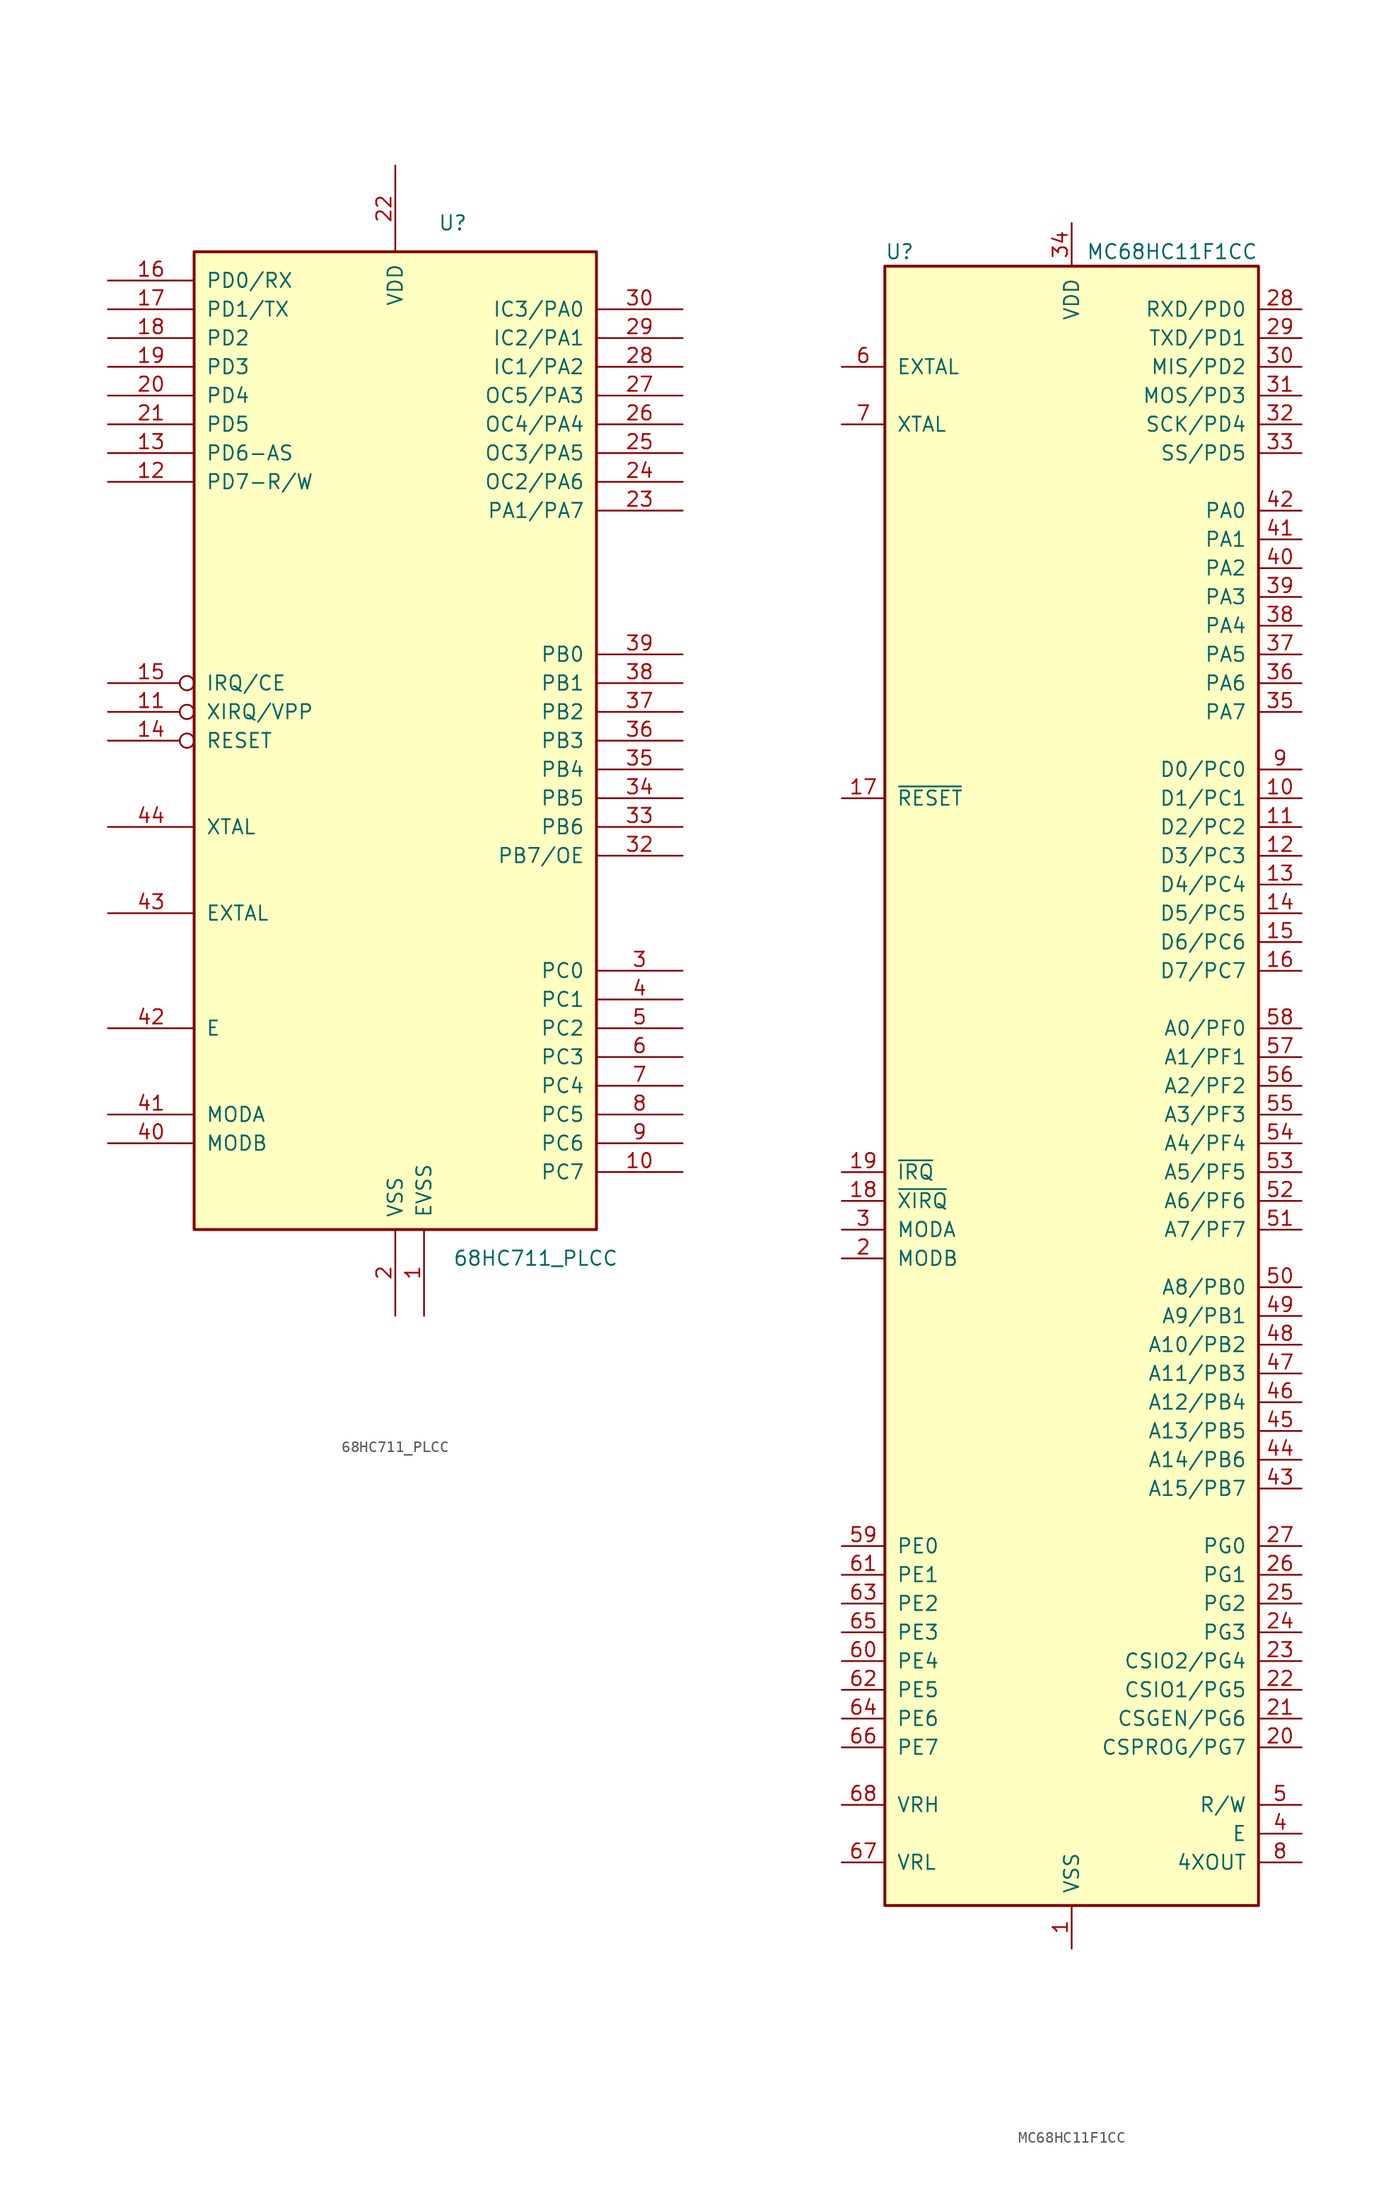
<source format=kicad_sym>
(kicad_symbol_lib
  (version 20231120)
  (generator "kicad_symbol_editor")
  (generator_version "8.0")
  (symbol "68HC711_PLCC"
    (pin_names
      (offset 1.016))
    (property "Reference" "U"
      (at 5.08 45.72 0)
      (effects (font (size 1.27 1.27))))
    (property "Value" "68HC711_PLCC"
      (at 5.08 -45.72 0)
      (effects (font (size 1.27 1.27)) (justify left)))
    (symbol "68HC711_PLCC_0_1"
      (rectangle (start -17.78 -43.18) (end 17.78 43.18) (stroke (width 0.254) (type default)) (fill (type background))))
    (symbol "68HC711_PLCC_1_1"
      (pin power_in line (at 2.54 -50.8 90) (length 7.62) (name "EVSS" (effects (font (size 1.27 1.27)))) (number "1" (effects (font (size 1.27 1.27)))))
      (pin input line (at 25.4 -38.1 180) (length 7.62) (name "PC7" (effects (font (size 1.27 1.27)))) (number "10" (effects (font (size 1.27 1.27)))))
      (pin input inverted (at -25.4 2.54 0) (length 7.62) (name "XIRQ/VPP" (effects (font (size 1.27 1.27)))) (number "11" (effects (font (size 1.27 1.27)))))
      (pin output line (at -25.4 22.86 0) (length 7.62) (name "PD7-R/W" (effects (font (size 1.27 1.27)))) (number "12" (effects (font (size 1.27 1.27)))))
      (pin input line (at -25.4 25.4 0) (length 7.62) (name "PD6-AS" (effects (font (size 1.27 1.27)))) (number "13" (effects (font (size 1.27 1.27)))))
      (pin input inverted (at -25.4 0 0) (length 7.62) (name "RESET" (effects (font (size 1.27 1.27)))) (number "14" (effects (font (size 1.27 1.27)))))
      (pin input inverted (at -25.4 5.08 0) (length 7.62) (name "IRQ/CE" (effects (font (size 1.27 1.27)))) (number "15" (effects (font (size 1.27 1.27)))))
      (pin input line (at -25.4 40.64 0) (length 7.62) (name "PD0/RX" (effects (font (size 1.27 1.27)))) (number "16" (effects (font (size 1.27 1.27)))))
      (pin input line (at -25.4 38.1 0) (length 7.62) (name "PD1/TX" (effects (font (size 1.27 1.27)))) (number "17" (effects (font (size 1.27 1.27)))))
      (pin input line (at -25.4 35.56 0) (length 7.62) (name "PD2" (effects (font (size 1.27 1.27)))) (number "18" (effects (font (size 1.27 1.27)))))
      (pin input line (at -25.4 33.02 0) (length 7.62) (name "PD3" (effects (font (size 1.27 1.27)))) (number "19" (effects (font (size 1.27 1.27)))))
      (pin power_in line (at 0 -50.8 90) (length 7.62) (name "VSS" (effects (font (size 1.27 1.27)))) (number "2" (effects (font (size 1.27 1.27)))))
      (pin input line (at -25.4 30.48 0) (length 7.62) (name "PD4" (effects (font (size 1.27 1.27)))) (number "20" (effects (font (size 1.27 1.27)))))
      (pin input line (at -25.4 27.94 0) (length 7.62) (name "PD5" (effects (font (size 1.27 1.27)))) (number "21" (effects (font (size 1.27 1.27)))))
      (pin power_in line (at 0 50.8 270) (length 7.62) (name "VDD" (effects (font (size 1.27 1.27)))) (number "22" (effects (font (size 1.27 1.27)))))
      (pin input line (at 25.4 20.32 180) (length 7.62) (name "PA1/PA7" (effects (font (size 1.27 1.27)))) (number "23" (effects (font (size 1.27 1.27)))))
      (pin output line (at 25.4 22.86 180) (length 7.62) (name "OC2/PA6" (effects (font (size 1.27 1.27)))) (number "24" (effects (font (size 1.27 1.27)))))
      (pin output line (at 25.4 25.4 180) (length 7.62) (name "OC3/PA5" (effects (font (size 1.27 1.27)))) (number "25" (effects (font (size 1.27 1.27)))))
      (pin output line (at 25.4 27.94 180) (length 7.62) (name "OC4/PA4" (effects (font (size 1.27 1.27)))) (number "26" (effects (font (size 1.27 1.27)))))
      (pin output line (at 25.4 30.48 180) (length 7.62) (name "OC5/PA3" (effects (font (size 1.27 1.27)))) (number "27" (effects (font (size 1.27 1.27)))))
      (pin input line (at 25.4 33.02 180) (length 7.62) (name "IC1/PA2" (effects (font (size 1.27 1.27)))) (number "28" (effects (font (size 1.27 1.27)))))
      (pin input line (at 25.4 35.56 180) (length 7.62) (name "IC2/PA1" (effects (font (size 1.27 1.27)))) (number "29" (effects (font (size 1.27 1.27)))))
      (pin input line (at 25.4 -20.32 180) (length 7.62) (name "PC0" (effects (font (size 1.27 1.27)))) (number "3" (effects (font (size 1.27 1.27)))))
      (pin input line (at 25.4 38.1 180) (length 7.62) (name "IC3/PA0" (effects (font (size 1.27 1.27)))) (number "30" (effects (font (size 1.27 1.27)))))
      (pin output line (at 25.4 -10.16 180) (length 7.62) (name "PB7/OE" (effects (font (size 1.27 1.27)))) (number "32" (effects (font (size 1.27 1.27)))))
      (pin output line (at 25.4 -7.62 180) (length 7.62) (name "PB6" (effects (font (size 1.27 1.27)))) (number "33" (effects (font (size 1.27 1.27)))))
      (pin output line (at 25.4 -5.08 180) (length 7.62) (name "PB5" (effects (font (size 1.27 1.27)))) (number "34" (effects (font (size 1.27 1.27)))))
      (pin output line (at 25.4 -2.54 180) (length 7.62) (name "PB4" (effects (font (size 1.27 1.27)))) (number "35" (effects (font (size 1.27 1.27)))))
      (pin output line (at 25.4 0 180) (length 7.62) (name "PB3" (effects (font (size 1.27 1.27)))) (number "36" (effects (font (size 1.27 1.27)))))
      (pin output line (at 25.4 2.54 180) (length 7.62) (name "PB2" (effects (font (size 1.27 1.27)))) (number "37" (effects (font (size 1.27 1.27)))))
      (pin output line (at 25.4 5.08 180) (length 7.62) (name "PB1" (effects (font (size 1.27 1.27)))) (number "38" (effects (font (size 1.27 1.27)))))
      (pin output line (at 25.4 7.62 180) (length 7.62) (name "PB0" (effects (font (size 1.27 1.27)))) (number "39" (effects (font (size 1.27 1.27)))))
      (pin input line (at 25.4 -22.86 180) (length 7.62) (name "PC1" (effects (font (size 1.27 1.27)))) (number "4" (effects (font (size 1.27 1.27)))))
      (pin input line (at -25.4 -35.56 0) (length 7.62) (name "MODB" (effects (font (size 1.27 1.27)))) (number "40" (effects (font (size 1.27 1.27)))))
      (pin input line (at -25.4 -33.02 0) (length 7.62) (name "MODA" (effects (font (size 1.27 1.27)))) (number "41" (effects (font (size 1.27 1.27)))))
      (pin output line (at -25.4 -25.4 0) (length 7.62) (name "E" (effects (font (size 1.27 1.27)))) (number "42" (effects (font (size 1.27 1.27)))))
      (pin input line (at -25.4 -15.24 0) (length 7.62) (name "EXTAL" (effects (font (size 1.27 1.27)))) (number "43" (effects (font (size 1.27 1.27)))))
      (pin output line (at -25.4 -7.62 0) (length 7.62) (name "XTAL" (effects (font (size 1.27 1.27)))) (number "44" (effects (font (size 1.27 1.27)))))
      (pin input line (at 25.4 -25.4 180) (length 7.62) (name "PC2" (effects (font (size 1.27 1.27)))) (number "5" (effects (font (size 1.27 1.27)))))
      (pin input line (at 25.4 -27.94 180) (length 7.62) (name "PC3" (effects (font (size 1.27 1.27)))) (number "6" (effects (font (size 1.27 1.27)))))
      (pin input line (at 25.4 -30.48 180) (length 7.62) (name "PC4" (effects (font (size 1.27 1.27)))) (number "7" (effects (font (size 1.27 1.27)))))
      (pin input line (at 25.4 -33.02 180) (length 7.62) (name "PC5" (effects (font (size 1.27 1.27)))) (number "8" (effects (font (size 1.27 1.27)))))
      (pin input line (at 25.4 -35.56 180) (length 7.62) (name "PC6" (effects (font (size 1.27 1.27)))) (number "9" (effects (font (size 1.27 1.27)))))))
  (symbol "MC68HC11F1CC"
    (pin_names
      (offset 1.016))
    (property "Reference" "U"
      (at -16.51 71.12 0)
      (effects (font (size 1.27 1.27)) (justify left)))
    (property "Value" "MC68HC11F1CC"
      (at 1.27 71.12 0)
      (effects (font (size 1.27 1.27)) (justify left)))
    (symbol "MC68HC11F1CC_0_1"
      (rectangle (start -16.51 69.85) (end 16.51 -74.93) (stroke (width 0.254) (type default)) (fill (type background))))
    (symbol "MC68HC11F1CC_1_1"
      (pin power_in line (at 0 -78.74 90) (length 3.81) (name "VSS" (effects (font (size 1.27 1.27)))) (number "1" (effects (font (size 1.27 1.27)))))
      (pin bidirectional line (at 20.32 22.86 180) (length 3.81) (name "D1/PC1" (effects (font (size 1.27 1.27)))) (number "10" (effects (font (size 1.27 1.27)))))
      (pin bidirectional line (at 20.32 20.32 180) (length 3.81) (name "D2/PC2" (effects (font (size 1.27 1.27)))) (number "11" (effects (font (size 1.27 1.27)))))
      (pin bidirectional line (at 20.32 17.78 180) (length 3.81) (name "D3/PC3" (effects (font (size 1.27 1.27)))) (number "12" (effects (font (size 1.27 1.27)))))
      (pin bidirectional line (at 20.32 15.24 180) (length 3.81) (name "D4/PC4" (effects (font (size 1.27 1.27)))) (number "13" (effects (font (size 1.27 1.27)))))
      (pin bidirectional line (at 20.32 12.7 180) (length 3.81) (name "D5/PC5" (effects (font (size 1.27 1.27)))) (number "14" (effects (font (size 1.27 1.27)))))
      (pin bidirectional line (at 20.32 10.16 180) (length 3.81) (name "D6/PC6" (effects (font (size 1.27 1.27)))) (number "15" (effects (font (size 1.27 1.27)))))
      (pin bidirectional line (at 20.32 7.62 180) (length 3.81) (name "D7/PC7" (effects (font (size 1.27 1.27)))) (number "16" (effects (font (size 1.27 1.27)))))
      (pin input line (at -20.32 22.86 0) (length 3.81) (name "~{RESET}" (effects (font (size 1.27 1.27)))) (number "17" (effects (font (size 1.27 1.27)))))
      (pin input line (at -20.32 -12.7 0) (length 3.81) (name "~{XIRQ}" (effects (font (size 1.27 1.27)))) (number "18" (effects (font (size 1.27 1.27)))))
      (pin input line (at -20.32 -10.16 0) (length 3.81) (name "~{IRQ}" (effects (font (size 1.27 1.27)))) (number "19" (effects (font (size 1.27 1.27)))))
      (pin input line (at -20.32 -17.78 0) (length 3.81) (name "MODB" (effects (font (size 1.27 1.27)))) (number "2" (effects (font (size 1.27 1.27)))))
      (pin bidirectional line (at 20.32 -60.96 180) (length 3.81) (name "CSPROG/PG7" (effects (font (size 1.27 1.27)))) (number "20" (effects (font (size 1.27 1.27)))))
      (pin bidirectional line (at 20.32 -58.42 180) (length 3.81) (name "CSGEN/PG6" (effects (font (size 1.27 1.27)))) (number "21" (effects (font (size 1.27 1.27)))))
      (pin bidirectional line (at 20.32 -55.88 180) (length 3.81) (name "CSIO1/PG5" (effects (font (size 1.27 1.27)))) (number "22" (effects (font (size 1.27 1.27)))))
      (pin bidirectional line (at 20.32 -53.34 180) (length 3.81) (name "CSIO2/PG4" (effects (font (size 1.27 1.27)))) (number "23" (effects (font (size 1.27 1.27)))))
      (pin bidirectional line (at 20.32 -50.8 180) (length 3.81) (name "PG3" (effects (font (size 1.27 1.27)))) (number "24" (effects (font (size 1.27 1.27)))))
      (pin bidirectional line (at 20.32 -48.26 180) (length 3.81) (name "PG2" (effects (font (size 1.27 1.27)))) (number "25" (effects (font (size 1.27 1.27)))))
      (pin bidirectional line (at 20.32 -45.72 180) (length 3.81) (name "PG1" (effects (font (size 1.27 1.27)))) (number "26" (effects (font (size 1.27 1.27)))))
      (pin bidirectional line (at 20.32 -43.18 180) (length 3.81) (name "PG0" (effects (font (size 1.27 1.27)))) (number "27" (effects (font (size 1.27 1.27)))))
      (pin bidirectional line (at 20.32 66.04 180) (length 3.81) (name "RXD/PD0" (effects (font (size 1.27 1.27)))) (number "28" (effects (font (size 1.27 1.27)))))
      (pin bidirectional line (at 20.32 63.5 180) (length 3.81) (name "TXD/PD1" (effects (font (size 1.27 1.27)))) (number "29" (effects (font (size 1.27 1.27)))))
      (pin bidirectional line (at -20.32 -15.24 0) (length 3.81) (name "MODA" (effects (font (size 1.27 1.27)))) (number "3" (effects (font (size 1.27 1.27)))))
      (pin bidirectional line (at 20.32 60.96 180) (length 3.81) (name "MIS/PD2" (effects (font (size 1.27 1.27)))) (number "30" (effects (font (size 1.27 1.27)))))
      (pin bidirectional line (at 20.32 58.42 180) (length 3.81) (name "MOS/PD3" (effects (font (size 1.27 1.27)))) (number "31" (effects (font (size 1.27 1.27)))))
      (pin bidirectional line (at 20.32 55.88 180) (length 3.81) (name "SCK/PD4" (effects (font (size 1.27 1.27)))) (number "32" (effects (font (size 1.27 1.27)))))
      (pin bidirectional line (at 20.32 53.34 180) (length 3.81) (name "SS/PD5" (effects (font (size 1.27 1.27)))) (number "33" (effects (font (size 1.27 1.27)))))
      (pin power_in line (at 0 73.66 270) (length 3.81) (name "VDD" (effects (font (size 1.27 1.27)))) (number "34" (effects (font (size 1.27 1.27)))))
      (pin bidirectional line (at 20.32 30.48 180) (length 3.81) (name "PA7" (effects (font (size 1.27 1.27)))) (number "35" (effects (font (size 1.27 1.27)))))
      (pin bidirectional line (at 20.32 33.02 180) (length 3.81) (name "PA6" (effects (font (size 1.27 1.27)))) (number "36" (effects (font (size 1.27 1.27)))))
      (pin bidirectional line (at 20.32 35.56 180) (length 3.81) (name "PA5" (effects (font (size 1.27 1.27)))) (number "37" (effects (font (size 1.27 1.27)))))
      (pin bidirectional line (at 20.32 38.1 180) (length 3.81) (name "PA4" (effects (font (size 1.27 1.27)))) (number "38" (effects (font (size 1.27 1.27)))))
      (pin bidirectional line (at 20.32 40.64 180) (length 3.81) (name "PA3" (effects (font (size 1.27 1.27)))) (number "39" (effects (font (size 1.27 1.27)))))
      (pin output line (at 20.32 -68.58 180) (length 3.81) (name "E" (effects (font (size 1.27 1.27)))) (number "4" (effects (font (size 1.27 1.27)))))
      (pin bidirectional line (at 20.32 43.18 180) (length 3.81) (name "PA2" (effects (font (size 1.27 1.27)))) (number "40" (effects (font (size 1.27 1.27)))))
      (pin bidirectional line (at 20.32 45.72 180) (length 3.81) (name "PA1" (effects (font (size 1.27 1.27)))) (number "41" (effects (font (size 1.27 1.27)))))
      (pin bidirectional line (at 20.32 48.26 180) (length 3.81) (name "PA0" (effects (font (size 1.27 1.27)))) (number "42" (effects (font (size 1.27 1.27)))))
      (pin output line (at 20.32 -38.1 180) (length 3.81) (name "A15/PB7" (effects (font (size 1.27 1.27)))) (number "43" (effects (font (size 1.27 1.27)))))
      (pin output line (at 20.32 -35.56 180) (length 3.81) (name "A14/PB6" (effects (font (size 1.27 1.27)))) (number "44" (effects (font (size 1.27 1.27)))))
      (pin output line (at 20.32 -33.02 180) (length 3.81) (name "A13/PB5" (effects (font (size 1.27 1.27)))) (number "45" (effects (font (size 1.27 1.27)))))
      (pin output line (at 20.32 -30.48 180) (length 3.81) (name "A12/PB4" (effects (font (size 1.27 1.27)))) (number "46" (effects (font (size 1.27 1.27)))))
      (pin output line (at 20.32 -27.94 180) (length 3.81) (name "A11/PB3" (effects (font (size 1.27 1.27)))) (number "47" (effects (font (size 1.27 1.27)))))
      (pin output line (at 20.32 -25.4 180) (length 3.81) (name "A10/PB2" (effects (font (size 1.27 1.27)))) (number "48" (effects (font (size 1.27 1.27)))))
      (pin output line (at 20.32 -22.86 180) (length 3.81) (name "A9/PB1" (effects (font (size 1.27 1.27)))) (number "49" (effects (font (size 1.27 1.27)))))
      (pin output line (at 20.32 -66.04 180) (length 3.81) (name "R/W" (effects (font (size 1.27 1.27)))) (number "5" (effects (font (size 1.27 1.27)))))
      (pin output line (at 20.32 -20.32 180) (length 3.81) (name "A8/PB0" (effects (font (size 1.27 1.27)))) (number "50" (effects (font (size 1.27 1.27)))))
      (pin output line (at 20.32 -15.24 180) (length 3.81) (name "A7/PF7" (effects (font (size 1.27 1.27)))) (number "51" (effects (font (size 1.27 1.27)))))
      (pin output line (at 20.32 -12.7 180) (length 3.81) (name "A6/PF6" (effects (font (size 1.27 1.27)))) (number "52" (effects (font (size 1.27 1.27)))))
      (pin output line (at 20.32 -10.16 180) (length 3.81) (name "A5/PF5" (effects (font (size 1.27 1.27)))) (number "53" (effects (font (size 1.27 1.27)))))
      (pin output line (at 20.32 -7.62 180) (length 3.81) (name "A4/PF4" (effects (font (size 1.27 1.27)))) (number "54" (effects (font (size 1.27 1.27)))))
      (pin output line (at 20.32 -5.08 180) (length 3.81) (name "A3/PF3" (effects (font (size 1.27 1.27)))) (number "55" (effects (font (size 1.27 1.27)))))
      (pin output line (at 20.32 -2.54 180) (length 3.81) (name "A2/PF2" (effects (font (size 1.27 1.27)))) (number "56" (effects (font (size 1.27 1.27)))))
      (pin output line (at 20.32 0 180) (length 3.81) (name "A1/PF1" (effects (font (size 1.27 1.27)))) (number "57" (effects (font (size 1.27 1.27)))))
      (pin output line (at 20.32 2.54 180) (length 3.81) (name "A0/PF0" (effects (font (size 1.27 1.27)))) (number "58" (effects (font (size 1.27 1.27)))))
      (pin input line (at -20.32 -43.18 0) (length 3.81) (name "PE0" (effects (font (size 1.27 1.27)))) (number "59" (effects (font (size 1.27 1.27)))))
      (pin output line (at -20.32 60.96 0) (length 3.81) (name "EXTAL" (effects (font (size 1.27 1.27)))) (number "6" (effects (font (size 1.27 1.27)))))
      (pin input line (at -20.32 -53.34 0) (length 3.81) (name "PE4" (effects (font (size 1.27 1.27)))) (number "60" (effects (font (size 1.27 1.27)))))
      (pin input line (at -20.32 -45.72 0) (length 3.81) (name "PE1" (effects (font (size 1.27 1.27)))) (number "61" (effects (font (size 1.27 1.27)))))
      (pin input line (at -20.32 -55.88 0) (length 3.81) (name "PE5" (effects (font (size 1.27 1.27)))) (number "62" (effects (font (size 1.27 1.27)))))
      (pin input line (at -20.32 -48.26 0) (length 3.81) (name "PE2" (effects (font (size 1.27 1.27)))) (number "63" (effects (font (size 1.27 1.27)))))
      (pin input line (at -20.32 -58.42 0) (length 3.81) (name "PE6" (effects (font (size 1.27 1.27)))) (number "64" (effects (font (size 1.27 1.27)))))
      (pin input line (at -20.32 -50.8 0) (length 3.81) (name "PE3" (effects (font (size 1.27 1.27)))) (number "65" (effects (font (size 1.27 1.27)))))
      (pin input line (at -20.32 -60.96 0) (length 3.81) (name "PE7" (effects (font (size 1.27 1.27)))) (number "66" (effects (font (size 1.27 1.27)))))
      (pin input line (at -20.32 -71.12 0) (length 3.81) (name "VRL" (effects (font (size 1.27 1.27)))) (number "67" (effects (font (size 1.27 1.27)))))
      (pin input line (at -20.32 -66.04 0) (length 3.81) (name "VRH" (effects (font (size 1.27 1.27)))) (number "68" (effects (font (size 1.27 1.27)))))
      (pin input line (at -20.32 55.88 0) (length 3.81) (name "XTAL" (effects (font (size 1.27 1.27)))) (number "7" (effects (font (size 1.27 1.27)))))
      (pin output line (at 20.32 -71.12 180) (length 3.81) (name "4XOUT" (effects (font (size 1.27 1.27)))) (number "8" (effects (font (size 1.27 1.27)))))
      (pin bidirectional line (at 20.32 25.4 180) (length 3.81) (name "D0/PC0" (effects (font (size 1.27 1.27)))) (number "9" (effects (font (size 1.27 1.27))))))))
</source>
